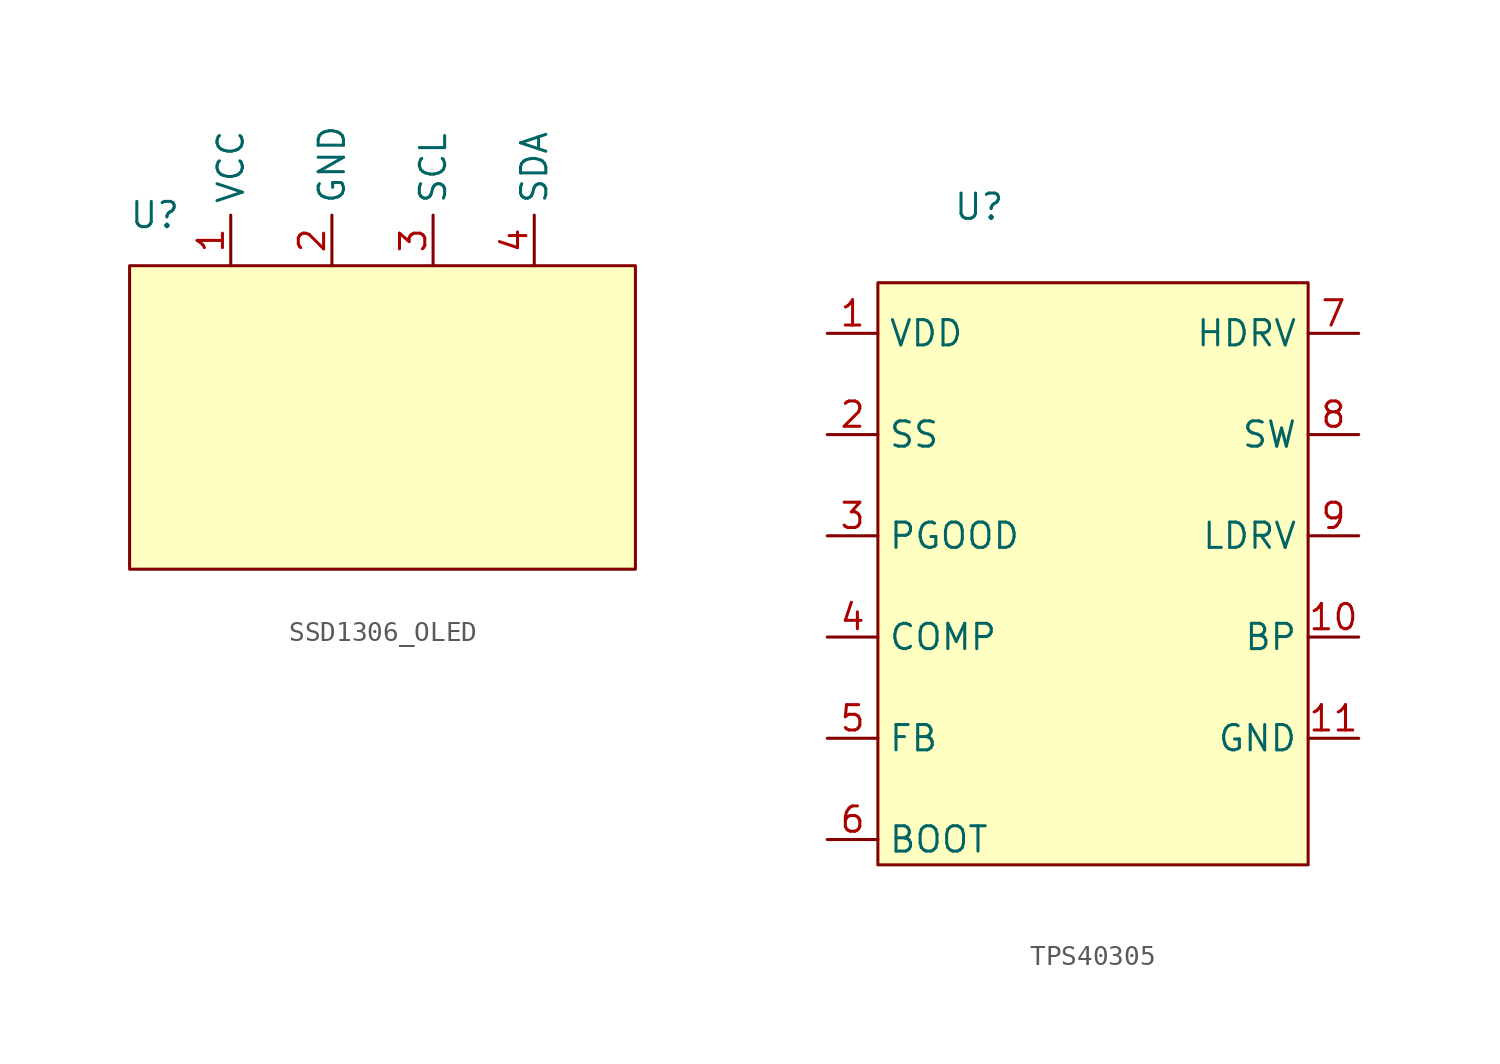
<source format=kicad_sym>
(kicad_symbol_lib
  (version 20220914)
  (generator kicad_symbol_editor)
  (symbol "SSD1306_OLED"
    (property "Reference" "U"
      (at -11.43 11.43 0)
      (effects (font (size 1.27 1.27))))
    (property "Value" ""
      (at 0 5.08 0)
      (effects (font (size 1.27 1.27))))
    (symbol "SSD1306_OLED_1_1"
      (rectangle (start -12.7 8.89) (end 12.7 -6.35) (stroke (width 0) (type default)) (fill (type background)))
      (pin power_in line (at -7.62 8.89 90) (length 2.54) (name "VCC" (effects (font (size 1.27 1.27)))) (number "1" (effects (font (size 1.27 1.27)))))
      (pin power_in line (at -2.54 8.89 90) (length 2.54) (name "GND" (effects (font (size 1.27 1.27)))) (number "2" (effects (font (size 1.27 1.27)))))
      (pin input line (at 2.54 8.89 90) (length 2.54) (name "SCL" (effects (font (size 1.27 1.27)))) (number "3" (effects (font (size 1.27 1.27)))))
      (pin input line (at 7.62 8.89 90) (length 2.54) (name "SDA" (effects (font (size 1.27 1.27)))) (number "4" (effects (font (size 1.27 1.27)))))))
  (symbol "TPS40305"
    (property "Reference" "U"
      (at -5.08 19.05 0)
      (effects (font (size 1.27 1.27))))
    (property "Value" ""
      (at 3.81 21.59 0)
      (effects (font (size 1.27 1.27))))
    (symbol "TPS40305_0_1"
      (rectangle (start -10.16 15.24) (end 11.43 -13.97) (stroke (width 0.152) (type default)) (fill (type background))))
    (symbol "TPS40305_1_1"
      (pin input line (at -12.7 12.7 0) (length 2.54) (name "VDD" (effects (font (size 1.27 1.27)))) (number "1" (effects (font (size 1.27 1.27)))))
      (pin input line (at 13.97 -2.54 180) (length 2.54) (name "BP" (effects (font (size 1.27 1.27)))) (number "10" (effects (font (size 1.27 1.27)))))
      (pin input line (at 13.97 -7.62 180) (length 2.54) (name "GND" (effects (font (size 1.27 1.27)))) (number "11" (effects (font (size 1.27 1.27)))))
      (pin input line (at -12.7 7.62 0) (length 2.54) (name "SS" (effects (font (size 1.27 1.27)))) (number "2" (effects (font (size 1.27 1.27)))))
      (pin input line (at -12.7 2.54 0) (length 2.54) (name "PGOOD" (effects (font (size 1.27 1.27)))) (number "3" (effects (font (size 1.27 1.27)))))
      (pin input line (at -12.7 -2.54 0) (length 2.54) (name "COMP" (effects (font (size 1.27 1.27)))) (number "4" (effects (font (size 1.27 1.27)))))
      (pin input line (at -12.7 -7.62 0) (length 2.54) (name "FB" (effects (font (size 1.27 1.27)))) (number "5" (effects (font (size 1.27 1.27)))))
      (pin input line (at -12.7 -12.7 0) (length 2.54) (name "BOOT" (effects (font (size 1.27 1.27)))) (number "6" (effects (font (size 1.27 1.27)))))
      (pin input line (at 13.97 12.7 180) (length 2.54) (name "HDRV" (effects (font (size 1.27 1.27)))) (number "7" (effects (font (size 1.27 1.27)))))
      (pin input line (at 13.97 7.62 180) (length 2.54) (name "SW" (effects (font (size 1.27 1.27)))) (number "8" (effects (font (size 1.27 1.27)))))
      (pin input line (at 13.97 2.54 180) (length 2.54) (name "LDRV" (effects (font (size 1.27 1.27)))) (number "9" (effects (font (size 1.27 1.27))))))))
</source>
